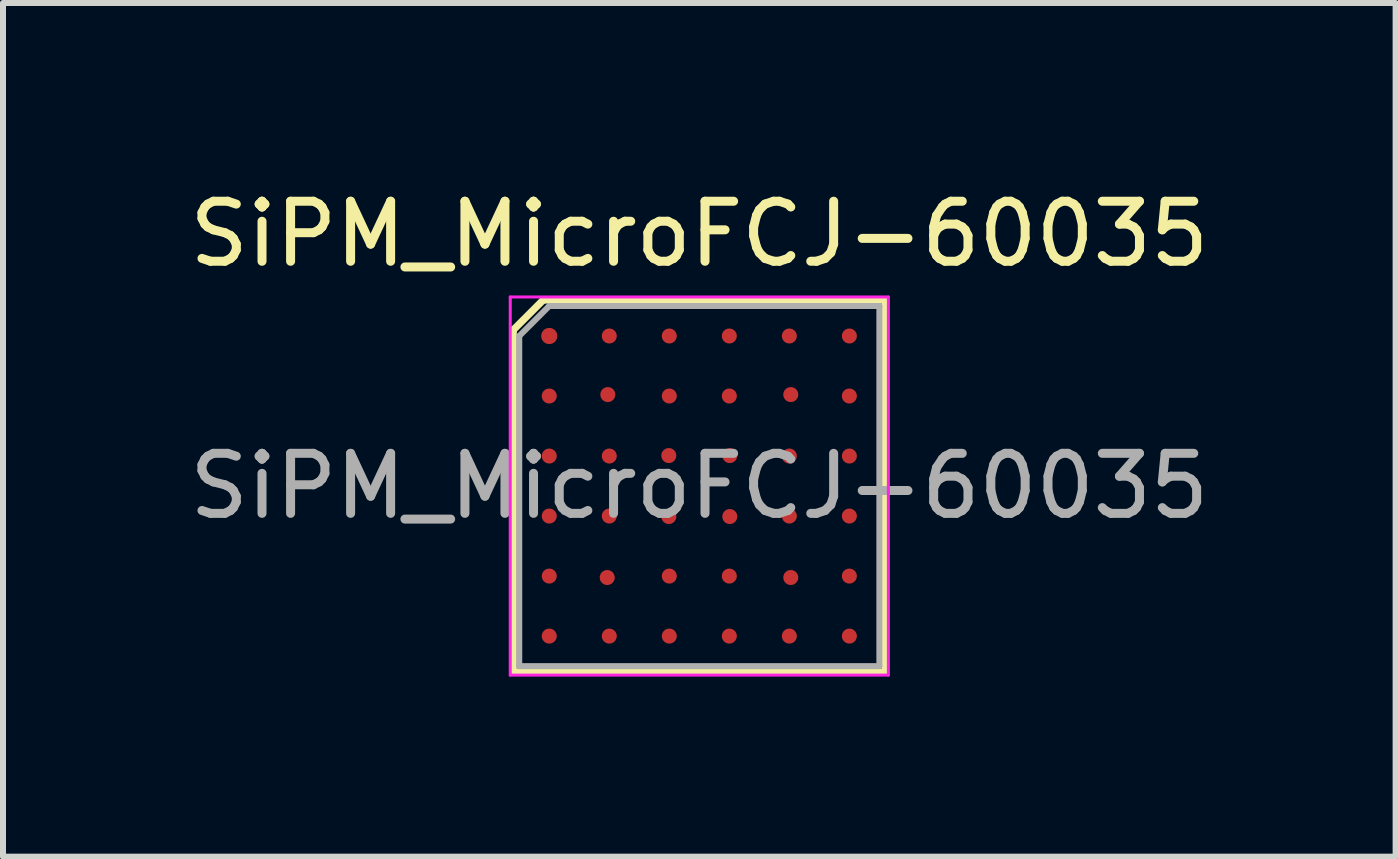
<source format=kicad_pcb>
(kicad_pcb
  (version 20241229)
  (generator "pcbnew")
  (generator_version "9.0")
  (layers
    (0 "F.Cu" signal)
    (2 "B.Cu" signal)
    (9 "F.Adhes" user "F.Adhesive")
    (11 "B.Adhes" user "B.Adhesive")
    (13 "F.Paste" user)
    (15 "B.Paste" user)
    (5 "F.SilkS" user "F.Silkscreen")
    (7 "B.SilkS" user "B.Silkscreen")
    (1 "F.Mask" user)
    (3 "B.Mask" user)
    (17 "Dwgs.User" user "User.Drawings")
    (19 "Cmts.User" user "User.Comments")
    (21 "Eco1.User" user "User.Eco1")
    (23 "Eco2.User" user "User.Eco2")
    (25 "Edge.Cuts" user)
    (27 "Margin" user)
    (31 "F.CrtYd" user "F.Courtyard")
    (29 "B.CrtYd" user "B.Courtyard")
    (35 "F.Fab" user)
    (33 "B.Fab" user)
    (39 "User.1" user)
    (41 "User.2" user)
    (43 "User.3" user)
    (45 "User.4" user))
  (footprint "SiPM_MicroFCJ-60035"
    (layer "F.Cu")
    (at 8.601 5.048)
    (property "Reference" "SiPM_MicroFCJ-60035" (at 0 -4.2 0) (layer "F.SilkS") (effects (font (size 1 1) (thickness 0.15))))
    (attr smd)
    (fp_line (start -3.1 -2.6) (end -3.1 3.1) (stroke (width 0.12) (type solid)) (layer "F.SilkS"))
    (fp_line (start -3.1 3.1) (end 3.1 3.1) (stroke (width 0.12) (type solid)) (layer "F.SilkS"))
    (fp_line (start -2.6 -3.1) (end -3.1 -2.6) (stroke (width 0.12) (type solid)) (layer "F.SilkS"))
    (fp_line (start 3.1 -3.1) (end -2.6 -3.1) (stroke (width 0.12) (type solid)) (layer "F.SilkS"))
    (fp_line (start 3.1 3.1) (end 3.1 -3.1) (stroke (width 0.12) (type solid)) (layer "F.SilkS"))
    (fp_line (start -3.15 -3.15) (end 3.15 -3.15) (stroke (width 0.05) (type solid)) (layer "F.CrtYd"))
    (fp_line (start -3.15 3.15) (end -3.15 -3.15) (stroke (width 0.05) (type solid)) (layer "F.CrtYd"))
    (fp_line (start 3.15 -3.15) (end 3.15 3.15) (stroke (width 0.05) (type solid)) (layer "F.CrtYd"))
    (fp_line (start 3.15 3.15) (end -3.15 3.15) (stroke (width 0.05) (type solid)) (layer "F.CrtYd"))
    (fp_line (start -3 -2.5) (end -3 3) (stroke (width 0.1) (type solid)) (layer "F.Fab"))
    (fp_line (start -3 3) (end 3 3) (stroke (width 0.1) (type solid)) (layer "F.Fab"))
    (fp_line (start -2.5 -3) (end -3 -2.5) (stroke (width 0.1) (type solid)) (layer "F.Fab"))
    (fp_line (start 3 -3) (end -2.5 -3) (stroke (width 0.1) (type solid)) (layer "F.Fab"))
    (fp_line (start 3 3) (end 3 -3) (stroke (width 0.1) (type solid)) (layer "F.Fab"))
    (fp_text user "${REFERENCE}" (at 0 0 0) (layer "F.Fab") (effects (font (size 1 1) (thickness 0.15))))
    (pad "" smd circle (at -2.5 -1.5) (size 0.25 0.25) (layers "F.Cu" "F.Mask" "F.Paste"))
    (pad "" smd circle (at -2.5 1.5) (size 0.25 0.25) (layers "F.Cu" "F.Mask" "F.Paste"))
    (pad "" smd circle (at -2.5 2.5) (size 0.25 0.25) (layers "F.Cu" "F.Mask" "F.Paste"))
    (pad "" smd circle (at -1.534 1.524) (size 0.25 0.25) (layers "F.Cu" "F.Mask" "F.Paste"))
    (pad "" smd circle (at -1.524 -1.524) (size 0.25 0.25) (layers "F.Cu" "F.Mask" "F.Paste"))
    (pad "" smd circle (at -1.5 -2.5) (size 0.25 0.25) (layers "F.Cu" "F.Mask" "F.Paste"))
    (pad "" smd circle (at -1.5 -0.5) (size 0.25 0.25) (layers "F.Cu" "F.Mask" "F.Paste"))
    (pad "" smd circle (at -1.5 0.5) (size 0.25 0.25) (layers "F.Cu" "F.Mask" "F.Paste"))
    (pad "" smd circle (at -1.5 2.5) (size 0.25 0.25) (layers "F.Cu" "F.Mask" "F.Paste"))
    (pad "" smd circle (at -0.508 -0.508) (size 0.25 0.25) (layers "F.Cu" "F.Mask" "F.Paste"))
    (pad "" smd circle (at -0.508 0.508) (size 0.25 0.25) (layers "F.Cu" "F.Mask" "F.Paste"))
    (pad "" smd circle (at -0.5 -2.5) (size 0.25 0.25) (layers "F.Cu" "F.Mask" "F.Paste"))
    (pad "" smd circle (at -0.5 -1.5) (size 0.25 0.25) (layers "F.Cu" "F.Mask" "F.Paste"))
    (pad "" smd circle (at -0.5 1.5) (size 0.25 0.25) (layers "F.Cu" "F.Mask" "F.Paste"))
    (pad "" smd circle (at -0.5 2.5) (size 0.25 0.25) (layers "F.Cu" "F.Mask" "F.Paste"))
    (pad "" smd circle (at 0.5 -2.5) (size 0.25 0.25) (layers "F.Cu" "F.Mask" "F.Paste"))
    (pad "" smd circle (at 0.5 -1.5) (size 0.25 0.25) (layers "F.Cu" "F.Mask" "F.Paste"))
    (pad "" smd circle (at 0.5 1.5) (size 0.25 0.25) (layers "F.Cu" "F.Mask" "F.Paste"))
    (pad "" smd circle (at 0.5 2.5) (size 0.25 0.25) (layers "F.Cu" "F.Mask" "F.Paste"))
    (pad "" smd circle (at 0.508 -0.508) (size 0.25 0.25) (layers "F.Cu" "F.Mask" "F.Paste"))
    (pad "" smd circle (at 0.508 0.508) (size 0.25 0.25) (layers "F.Cu" "F.Mask" "F.Paste"))
    (pad "" smd circle (at 1.5 -2.5) (size 0.25 0.25) (layers "F.Cu" "F.Mask" "F.Paste"))
    (pad "" smd circle (at 1.5 -0.5) (size 0.25 0.25) (layers "F.Cu" "F.Mask" "F.Paste"))
    (pad "" smd circle (at 1.5 0.5) (size 0.25 0.25) (layers "F.Cu" "F.Mask" "F.Paste"))
    (pad "" smd circle (at 1.5 2.5) (size 0.25 0.25) (layers "F.Cu" "F.Mask" "F.Paste"))
    (pad "" smd circle (at 1.524 1.524) (size 0.25 0.25) (layers "F.Cu" "F.Mask" "F.Paste"))
    (pad "" smd circle (at 1.524 -1.524) (size 0.25 0.25) (layers "F.Cu" "F.Mask" "F.Paste"))
    (pad "" smd circle (at 2.5 -2.5) (size 0.25 0.25) (layers "F.Cu" "F.Mask" "F.Paste"))
    (pad "" smd circle (at 2.5 -1.5) (size 0.25 0.25) (layers "F.Cu" "F.Mask" "F.Paste"))
    (pad "" smd circle (at 2.5 0.5) (size 0.25 0.25) (layers "F.Cu" "F.Mask" "F.Paste"))
    (pad "" smd circle (at 2.5 1.5) (size 0.25 0.25) (layers "F.Cu" "F.Mask" "F.Paste"))
    (pad "1" smd circle (at -2.5 -2.5) (size 0.27 0.27) (layers "F.Cu" "F.Mask" "F.Paste"))
    (pad "1" smd circle (at 2.5 2.5) (size 0.25 0.25) (layers "F.Cu" "F.Mask" "F.Paste"))
    (pad "2" smd circle (at -2.5 -0.5) (size 0.25 0.25) (layers "F.Cu" "F.Mask" "F.Paste"))
    (pad "2" smd circle (at -2.5 0.5) (size 0.25 0.25) (layers "F.Cu" "F.Mask" "F.Paste"))
    (pad "3" smd circle (at 2.5 -0.5) (size 0.25 0.25) (layers "F.Cu" "F.Mask" "F.Paste")))
  (gr_rect
    (start -3 -3)
    (end 20.202 11.223)
    (stroke (width 0.1) (type default))
    (fill no)
    (layer "Edge.Cuts")))
</source>
